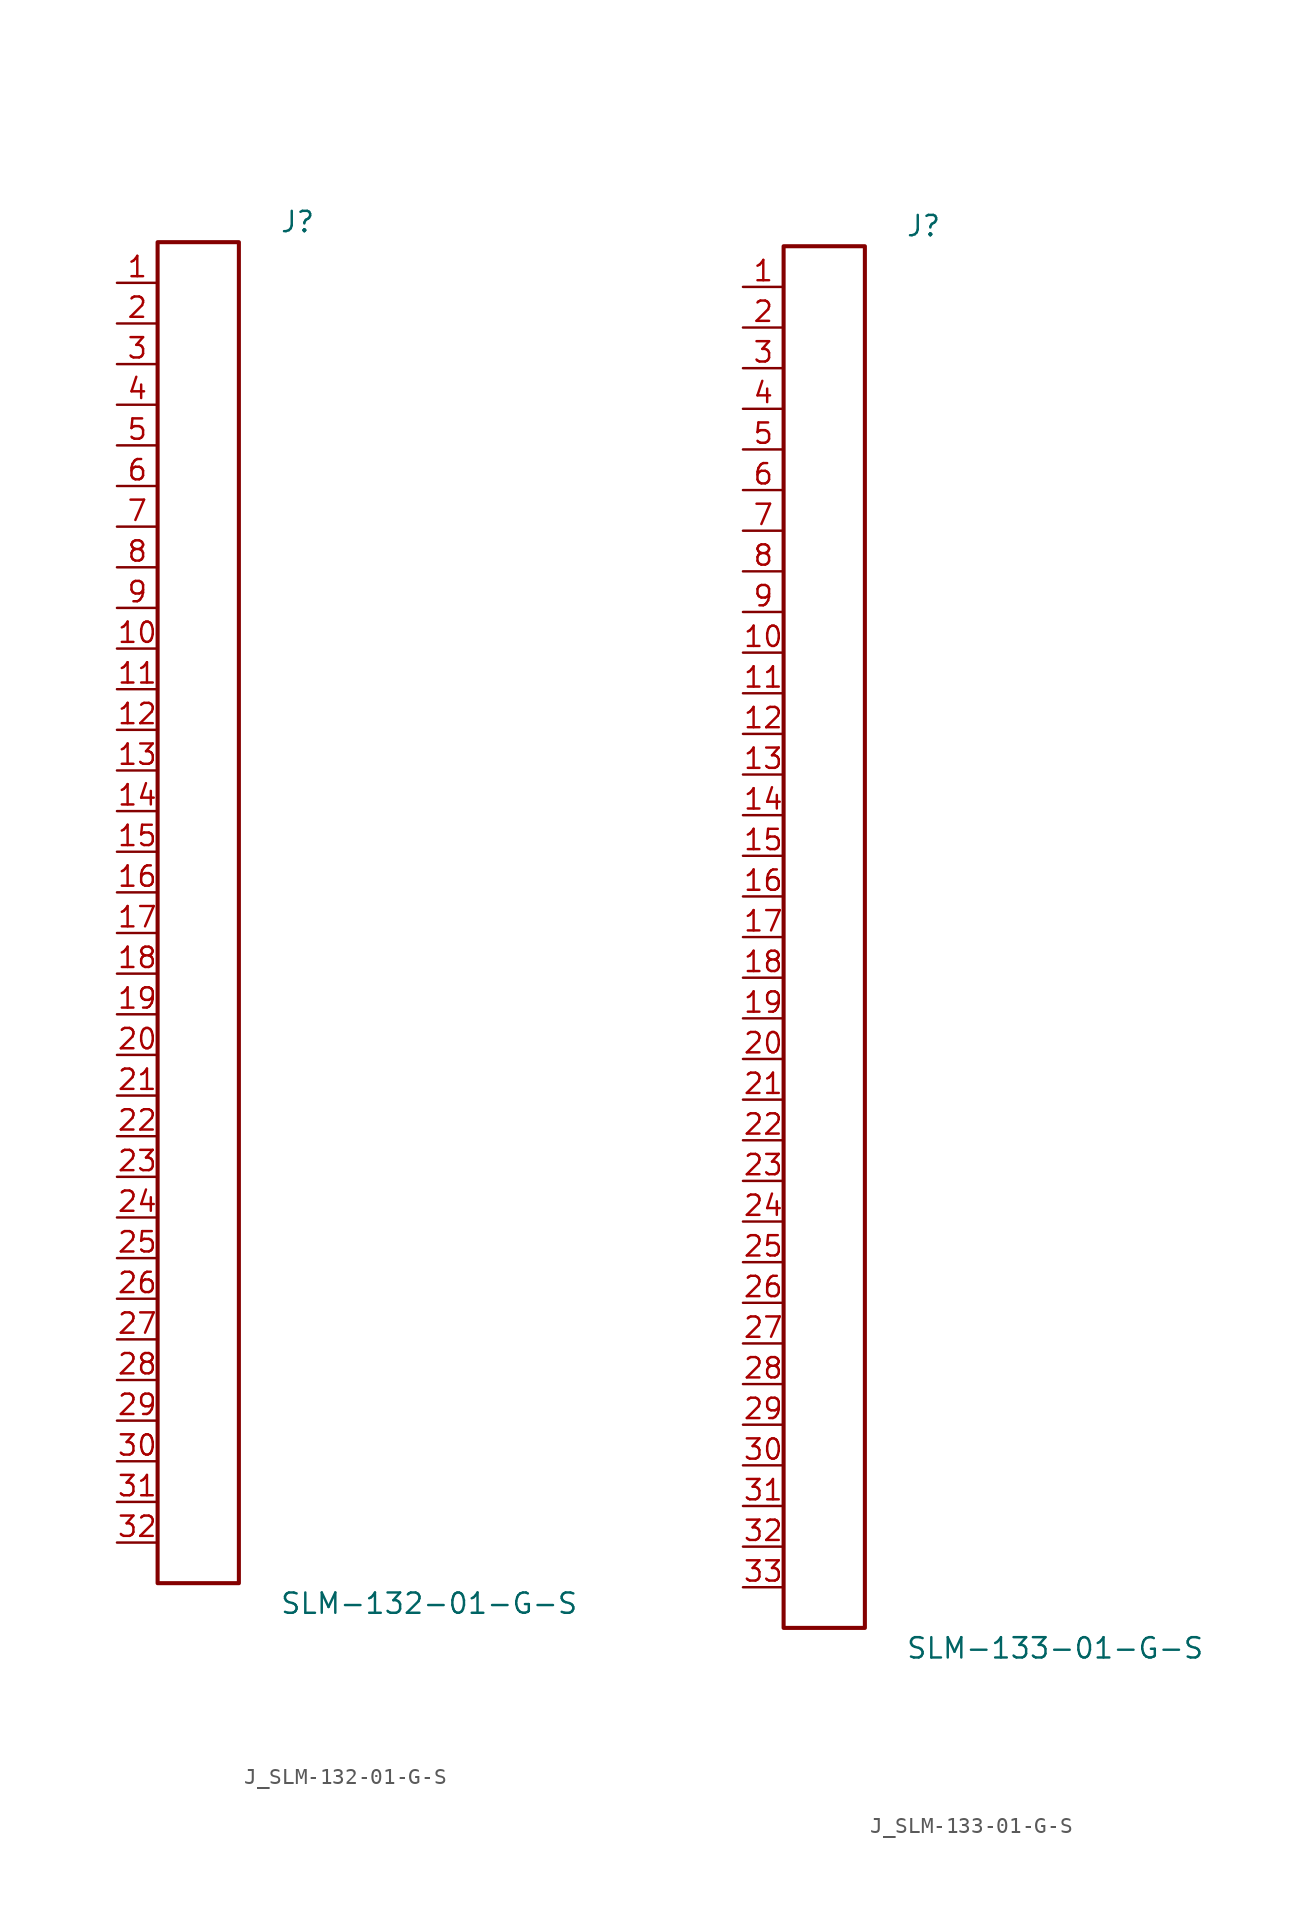
<source format=kicad_sym>
(kicad_symbol_lib
  (version 20231120)
  (generator kicad_symbol_editor)
  (generator_version 8.0)
  (symbol "J_SLM-132-01-G-S"
    (pin_names
      (offset 0.254))
    (property "Reference" "J"
      (at 5.08 43.18 0)
      (effects (font (size 1.27 1.27)) (justify left)))
    (property "Value" "SLM-132-01-G-S"
      (at 5.08 -43.18 0)
      (effects (font (size 1.27 1.27)) (justify left)))
    (symbol "J_SLM-132-01-G-S_0_0"
      (pin passive line (at -5.08 39.37 0) (length 2.54) (name "" (effects (font (size 1.27 1.27)))) (number "1" (effects (font (size 1.27 1.27)))))
      (pin passive line (at -5.08 36.83 0) (length 2.54) (name "" (effects (font (size 1.27 1.27)))) (number "2" (effects (font (size 1.27 1.27)))))
      (pin passive line (at -5.08 34.29 0) (length 2.54) (name "" (effects (font (size 1.27 1.27)))) (number "3" (effects (font (size 1.27 1.27)))))
      (pin passive line (at -5.08 31.75 0) (length 2.54) (name "" (effects (font (size 1.27 1.27)))) (number "4" (effects (font (size 1.27 1.27)))))
      (pin passive line (at -5.08 29.21 0) (length 2.54) (name "" (effects (font (size 1.27 1.27)))) (number "5" (effects (font (size 1.27 1.27)))))
      (pin passive line (at -5.08 26.67 0) (length 2.54) (name "" (effects (font (size 1.27 1.27)))) (number "6" (effects (font (size 1.27 1.27)))))
      (pin passive line (at -5.08 24.13 0) (length 2.54) (name "" (effects (font (size 1.27 1.27)))) (number "7" (effects (font (size 1.27 1.27)))))
      (pin passive line (at -5.08 21.59 0) (length 2.54) (name "" (effects (font (size 1.27 1.27)))) (number "8" (effects (font (size 1.27 1.27)))))
      (pin passive line (at -5.08 19.05 0) (length 2.54) (name "" (effects (font (size 1.27 1.27)))) (number "9" (effects (font (size 1.27 1.27)))))
      (pin passive line (at -5.08 16.51 0) (length 2.54) (name "" (effects (font (size 1.27 1.27)))) (number "10" (effects (font (size 1.27 1.27)))))
      (pin passive line (at -5.08 13.97 0) (length 2.54) (name "" (effects (font (size 1.27 1.27)))) (number "11" (effects (font (size 1.27 1.27)))))
      (pin passive line (at -5.08 11.43 0) (length 2.54) (name "" (effects (font (size 1.27 1.27)))) (number "12" (effects (font (size 1.27 1.27)))))
      (pin passive line (at -5.08 8.89 0) (length 2.54) (name "" (effects (font (size 1.27 1.27)))) (number "13" (effects (font (size 1.27 1.27)))))
      (pin passive line (at -5.08 6.35 0) (length 2.54) (name "" (effects (font (size 1.27 1.27)))) (number "14" (effects (font (size 1.27 1.27)))))
      (pin passive line (at -5.08 3.81 0) (length 2.54) (name "" (effects (font (size 1.27 1.27)))) (number "15" (effects (font (size 1.27 1.27)))))
      (pin passive line (at -5.08 1.27 0) (length 2.54) (name "" (effects (font (size 1.27 1.27)))) (number "16" (effects (font (size 1.27 1.27)))))
      (pin passive line (at -5.08 -1.27 0) (length 2.54) (name "" (effects (font (size 1.27 1.27)))) (number "17" (effects (font (size 1.27 1.27)))))
      (pin passive line (at -5.08 -3.81 0) (length 2.54) (name "" (effects (font (size 1.27 1.27)))) (number "18" (effects (font (size 1.27 1.27)))))
      (pin passive line (at -5.08 -6.35 0) (length 2.54) (name "" (effects (font (size 1.27 1.27)))) (number "19" (effects (font (size 1.27 1.27)))))
      (pin passive line (at -5.08 -8.89 0) (length 2.54) (name "" (effects (font (size 1.27 1.27)))) (number "20" (effects (font (size 1.27 1.27)))))
      (pin passive line (at -5.08 -11.43 0) (length 2.54) (name "" (effects (font (size 1.27 1.27)))) (number "21" (effects (font (size 1.27 1.27)))))
      (pin passive line (at -5.08 -13.97 0) (length 2.54) (name "" (effects (font (size 1.27 1.27)))) (number "22" (effects (font (size 1.27 1.27)))))
      (pin passive line (at -5.08 -16.51 0) (length 2.54) (name "" (effects (font (size 1.27 1.27)))) (number "23" (effects (font (size 1.27 1.27)))))
      (pin passive line (at -5.08 -19.05 0) (length 2.54) (name "" (effects (font (size 1.27 1.27)))) (number "24" (effects (font (size 1.27 1.27)))))
      (pin passive line (at -5.08 -21.59 0) (length 2.54) (name "" (effects (font (size 1.27 1.27)))) (number "25" (effects (font (size 1.27 1.27)))))
      (pin passive line (at -5.08 -24.13 0) (length 2.54) (name "" (effects (font (size 1.27 1.27)))) (number "26" (effects (font (size 1.27 1.27)))))
      (pin passive line (at -5.08 -26.67 0) (length 2.54) (name "" (effects (font (size 1.27 1.27)))) (number "27" (effects (font (size 1.27 1.27)))))
      (pin passive line (at -5.08 -29.21 0) (length 2.54) (name "" (effects (font (size 1.27 1.27)))) (number "28" (effects (font (size 1.27 1.27)))))
      (pin passive line (at -5.08 -31.75 0) (length 2.54) (name "" (effects (font (size 1.27 1.27)))) (number "29" (effects (font (size 1.27 1.27)))))
      (pin passive line (at -5.08 -34.29 0) (length 2.54) (name "" (effects (font (size 1.27 1.27)))) (number "30" (effects (font (size 1.27 1.27)))))
      (pin passive line (at -5.08 -36.83 0) (length 2.54) (name "" (effects (font (size 1.27 1.27)))) (number "31" (effects (font (size 1.27 1.27)))))
      (pin passive line (at -5.08 -39.37 0) (length 2.54) (name "" (effects (font (size 1.27 1.27)))) (number "32" (effects (font (size 1.27 1.27))))))
    (symbol "J_SLM-132-01-G-S_1_0"
      (rectangle (start -2.54 41.91) (end 2.54 -41.91) (stroke (width 0.254) (type solid)) (fill (type none)))))
  (symbol "J_SLM-133-01-G-S"
    (pin_names
      (offset 0.254))
    (property "Reference" "J"
      (at 5.08 44.45 0)
      (effects (font (size 1.27 1.27)) (justify left)))
    (property "Value" "SLM-133-01-G-S"
      (at 5.08 -44.45 0)
      (effects (font (size 1.27 1.27)) (justify left)))
    (symbol "J_SLM-133-01-G-S_0_0"
      (pin passive line (at -5.08 40.64 0) (length 2.54) (name "" (effects (font (size 1.27 1.27)))) (number "1" (effects (font (size 1.27 1.27)))))
      (pin passive line (at -5.08 38.1 0) (length 2.54) (name "" (effects (font (size 1.27 1.27)))) (number "2" (effects (font (size 1.27 1.27)))))
      (pin passive line (at -5.08 35.56 0) (length 2.54) (name "" (effects (font (size 1.27 1.27)))) (number "3" (effects (font (size 1.27 1.27)))))
      (pin passive line (at -5.08 33.02 0) (length 2.54) (name "" (effects (font (size 1.27 1.27)))) (number "4" (effects (font (size 1.27 1.27)))))
      (pin passive line (at -5.08 30.48 0) (length 2.54) (name "" (effects (font (size 1.27 1.27)))) (number "5" (effects (font (size 1.27 1.27)))))
      (pin passive line (at -5.08 27.94 0) (length 2.54) (name "" (effects (font (size 1.27 1.27)))) (number "6" (effects (font (size 1.27 1.27)))))
      (pin passive line (at -5.08 25.4 0) (length 2.54) (name "" (effects (font (size 1.27 1.27)))) (number "7" (effects (font (size 1.27 1.27)))))
      (pin passive line (at -5.08 22.86 0) (length 2.54) (name "" (effects (font (size 1.27 1.27)))) (number "8" (effects (font (size 1.27 1.27)))))
      (pin passive line (at -5.08 20.32 0) (length 2.54) (name "" (effects (font (size 1.27 1.27)))) (number "9" (effects (font (size 1.27 1.27)))))
      (pin passive line (at -5.08 17.78 0) (length 2.54) (name "" (effects (font (size 1.27 1.27)))) (number "10" (effects (font (size 1.27 1.27)))))
      (pin passive line (at -5.08 15.24 0) (length 2.54) (name "" (effects (font (size 1.27 1.27)))) (number "11" (effects (font (size 1.27 1.27)))))
      (pin passive line (at -5.08 12.7 0) (length 2.54) (name "" (effects (font (size 1.27 1.27)))) (number "12" (effects (font (size 1.27 1.27)))))
      (pin passive line (at -5.08 10.16 0) (length 2.54) (name "" (effects (font (size 1.27 1.27)))) (number "13" (effects (font (size 1.27 1.27)))))
      (pin passive line (at -5.08 7.62 0) (length 2.54) (name "" (effects (font (size 1.27 1.27)))) (number "14" (effects (font (size 1.27 1.27)))))
      (pin passive line (at -5.08 5.08 0) (length 2.54) (name "" (effects (font (size 1.27 1.27)))) (number "15" (effects (font (size 1.27 1.27)))))
      (pin passive line (at -5.08 2.54 0) (length 2.54) (name "" (effects (font (size 1.27 1.27)))) (number "16" (effects (font (size 1.27 1.27)))))
      (pin passive line (at -5.08 0.0 0) (length 2.54) (name "" (effects (font (size 1.27 1.27)))) (number "17" (effects (font (size 1.27 1.27)))))
      (pin passive line (at -5.08 -2.54 0) (length 2.54) (name "" (effects (font (size 1.27 1.27)))) (number "18" (effects (font (size 1.27 1.27)))))
      (pin passive line (at -5.08 -5.08 0) (length 2.54) (name "" (effects (font (size 1.27 1.27)))) (number "19" (effects (font (size 1.27 1.27)))))
      (pin passive line (at -5.08 -7.62 0) (length 2.54) (name "" (effects (font (size 1.27 1.27)))) (number "20" (effects (font (size 1.27 1.27)))))
      (pin passive line (at -5.08 -10.16 0) (length 2.54) (name "" (effects (font (size 1.27 1.27)))) (number "21" (effects (font (size 1.27 1.27)))))
      (pin passive line (at -5.08 -12.7 0) (length 2.54) (name "" (effects (font (size 1.27 1.27)))) (number "22" (effects (font (size 1.27 1.27)))))
      (pin passive line (at -5.08 -15.24 0) (length 2.54) (name "" (effects (font (size 1.27 1.27)))) (number "23" (effects (font (size 1.27 1.27)))))
      (pin passive line (at -5.08 -17.78 0) (length 2.54) (name "" (effects (font (size 1.27 1.27)))) (number "24" (effects (font (size 1.27 1.27)))))
      (pin passive line (at -5.08 -20.32 0) (length 2.54) (name "" (effects (font (size 1.27 1.27)))) (number "25" (effects (font (size 1.27 1.27)))))
      (pin passive line (at -5.08 -22.86 0) (length 2.54) (name "" (effects (font (size 1.27 1.27)))) (number "26" (effects (font (size 1.27 1.27)))))
      (pin passive line (at -5.08 -25.4 0) (length 2.54) (name "" (effects (font (size 1.27 1.27)))) (number "27" (effects (font (size 1.27 1.27)))))
      (pin passive line (at -5.08 -27.94 0) (length 2.54) (name "" (effects (font (size 1.27 1.27)))) (number "28" (effects (font (size 1.27 1.27)))))
      (pin passive line (at -5.08 -30.48 0) (length 2.54) (name "" (effects (font (size 1.27 1.27)))) (number "29" (effects (font (size 1.27 1.27)))))
      (pin passive line (at -5.08 -33.02 0) (length 2.54) (name "" (effects (font (size 1.27 1.27)))) (number "30" (effects (font (size 1.27 1.27)))))
      (pin passive line (at -5.08 -35.56 0) (length 2.54) (name "" (effects (font (size 1.27 1.27)))) (number "31" (effects (font (size 1.27 1.27)))))
      (pin passive line (at -5.08 -38.1 0) (length 2.54) (name "" (effects (font (size 1.27 1.27)))) (number "32" (effects (font (size 1.27 1.27)))))
      (pin passive line (at -5.08 -40.64 0) (length 2.54) (name "" (effects (font (size 1.27 1.27)))) (number "33" (effects (font (size 1.27 1.27))))))
    (symbol "J_SLM-133-01-G-S_1_0"
      (rectangle (start -2.54 43.18) (end 2.54 -43.18) (stroke (width 0.254) (type solid)) (fill (type none))))))
</source>
